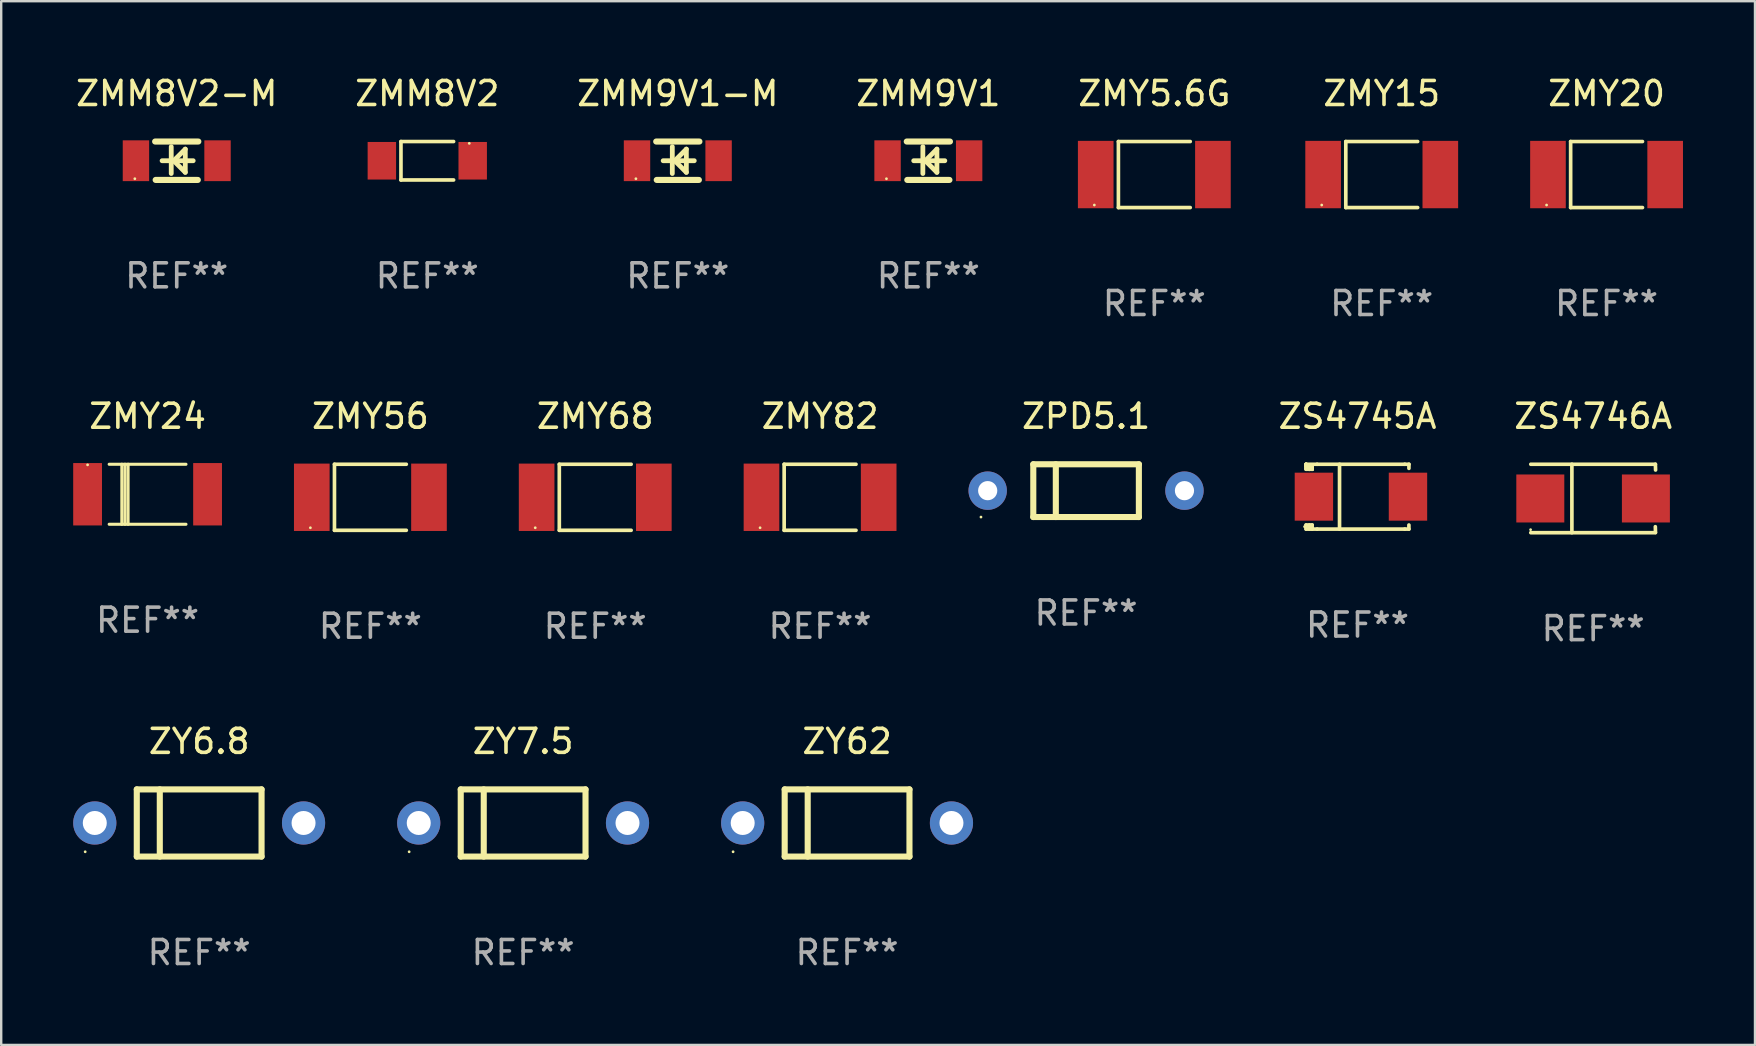
<source format=kicad_pcb>
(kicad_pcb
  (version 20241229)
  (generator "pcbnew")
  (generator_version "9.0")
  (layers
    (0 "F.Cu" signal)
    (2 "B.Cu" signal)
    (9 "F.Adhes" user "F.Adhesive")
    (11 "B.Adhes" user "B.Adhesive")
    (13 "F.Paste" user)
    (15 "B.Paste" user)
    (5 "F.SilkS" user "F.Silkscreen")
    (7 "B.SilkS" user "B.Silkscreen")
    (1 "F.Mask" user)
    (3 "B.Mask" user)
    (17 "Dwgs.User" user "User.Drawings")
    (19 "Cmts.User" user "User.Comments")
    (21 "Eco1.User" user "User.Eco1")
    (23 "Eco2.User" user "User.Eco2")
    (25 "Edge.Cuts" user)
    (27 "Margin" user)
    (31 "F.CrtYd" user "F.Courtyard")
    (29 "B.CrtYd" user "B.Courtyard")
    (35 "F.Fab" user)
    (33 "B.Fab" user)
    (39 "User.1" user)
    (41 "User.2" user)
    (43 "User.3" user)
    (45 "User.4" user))
  (footprint "ZY6.8"
    (layer "F.Cu")
    (at 5.25 31.246)
    (property "Reference" "ZY6.8" (at 0 -3.4 0) (layer "F.SilkS") (effects (font (size 1 1) (thickness 0.15))))
    (attr through_hole)
    (fp_line (start -2.6 -1.4) (end -2.6 1.4) (stroke (width 0.254) (type solid)) (layer "F.SilkS"))
    (fp_line (start -2.6 -1.4) (end 2.6 -1.4) (stroke (width 0.254) (type solid)) (layer "F.SilkS"))
    (fp_line (start -2.6 1.4) (end 2.6 1.4) (stroke (width 0.254) (type solid)) (layer "F.SilkS"))
    (fp_line (start -1.641 -1.4) (end -1.641 1.4) (stroke (width 0.254) (type solid)) (layer "F.SilkS"))
    (fp_line (start 2.6 -1.4) (end 2.6 1.4) (stroke (width 0.254) (type solid)) (layer "F.SilkS"))
    (fp_circle (center -4.75 1.2) (end -4.72 1.2) (stroke (width 0.06) (type solid)) (fill no) (layer "F.SilkS"))
    (fp_text user "REF**" (at 0 5.4 0) (layer "F.Fab") (effects (font (size 1 1) (thickness 0.15))))
    (pad "1" thru_hole circle (at -4.35 0) (size 1.8 1.8) (drill 1) (layers "*.Cu" "*.Mask"))
    (pad "2" thru_hole circle (at 4.35 0) (size 1.8 1.8) (drill 1) (layers "*.Cu" "*.Mask")))
  (footprint "ZMY5.6G"
    (layer "F.Cu")
    (at 45.054 4.224)
    (property "Reference" "ZMY5.6G" (at 0 -3.376 0) (layer "F.SilkS") (effects (font (size 1 1) (thickness 0.15))))
    (attr through_hole)
    (fp_line (start -1.497 -1.376) (end -1.497 1.376) (stroke (width 0.152) (type solid)) (layer "F.SilkS"))
    (fp_line (start -1.497 -1.376) (end 1.497 -1.376) (stroke (width 0.152) (type solid)) (layer "F.SilkS"))
    (fp_line (start -1.497 1.376) (end 1.497 1.376) (stroke (width 0.152) (type solid)) (layer "F.SilkS"))
    (fp_circle (center -2.5 1.27) (end -2.47 1.27) (stroke (width 0.06) (type solid)) (fill no) (layer "F.SilkS"))
    (fp_text user "REF**" (at 0 5.376 0) (layer "F.Fab") (effects (font (size 1 1) (thickness 0.15))))
    (pad "1" smd rect (at -2.442 0 180) (size 1.485 2.808) (layers "F.Cu" "F.Mask" "F.Paste"))
    (pad "2" smd rect (at 2.442 0 180) (size 1.485 2.808) (layers "F.Cu" "F.Mask" "F.Paste")))
  (footprint "ZY7.5"
    (layer "F.Cu")
    (at 18.75 31.246)
    (property "Reference" "ZY7.5" (at 0 -3.4 0) (layer "F.SilkS") (effects (font (size 1 1) (thickness 0.15))))
    (attr through_hole)
    (fp_line (start -2.6 -1.4) (end -2.6 1.4) (stroke (width 0.254) (type solid)) (layer "F.SilkS"))
    (fp_line (start -2.6 -1.4) (end 2.6 -1.4) (stroke (width 0.254) (type solid)) (layer "F.SilkS"))
    (fp_line (start -2.6 1.4) (end 2.6 1.4) (stroke (width 0.254) (type solid)) (layer "F.SilkS"))
    (fp_line (start -1.641 -1.4) (end -1.641 1.4) (stroke (width 0.254) (type solid)) (layer "F.SilkS"))
    (fp_line (start 2.6 -1.4) (end 2.6 1.4) (stroke (width 0.254) (type solid)) (layer "F.SilkS"))
    (fp_circle (center -4.75 1.2) (end -4.72 1.2) (stroke (width 0.06) (type solid)) (fill no) (layer "F.SilkS"))
    (fp_text user "REF**" (at 0 5.4 0) (layer "F.Fab") (effects (font (size 1 1) (thickness 0.15))))
    (pad "1" thru_hole circle (at -4.35 0) (size 1.8 1.8) (drill 1) (layers "*.Cu" "*.Mask"))
    (pad "2" thru_hole circle (at 4.35 0) (size 1.8 1.8) (drill 1) (layers "*.Cu" "*.Mask")))
  (footprint "ZMY82"
    (layer "F.Cu")
    (at 31.125 17.673)
    (property "Reference" "ZMY82" (at 0 -3.376 0) (layer "F.SilkS") (effects (font (size 1 1) (thickness 0.15))))
    (attr through_hole)
    (fp_line (start -1.497 -1.376) (end -1.497 1.376) (stroke (width 0.152) (type solid)) (layer "F.SilkS"))
    (fp_line (start -1.497 -1.376) (end 1.497 -1.376) (stroke (width 0.152) (type solid)) (layer "F.SilkS"))
    (fp_line (start -1.497 1.376) (end 1.497 1.376) (stroke (width 0.152) (type solid)) (layer "F.SilkS"))
    (fp_circle (center -2.5 1.27) (end -2.47 1.27) (stroke (width 0.06) (type solid)) (fill no) (layer "F.SilkS"))
    (fp_text user "REF**" (at 0 5.376 0) (layer "F.Fab") (effects (font (size 1 1) (thickness 0.15))))
    (pad "1" smd rect (at -2.442 0 180) (size 1.485 2.808) (layers "F.Cu" "F.Mask" "F.Paste"))
    (pad "2" smd rect (at 2.442 0 180) (size 1.485 2.808) (layers "F.Cu" "F.Mask" "F.Paste")))
  (footprint "ZMM9V1-M"
    (layer "F.Cu")
    (at 25.196 3.648)
    (property "Reference" "ZMM9V1-M" (at 0 -2.8 0) (layer "F.SilkS") (effects (font (size 1 1) (thickness 0.15))))
    (attr through_hole)
    (fp_line (start -0.9 -0.8) (end 0.9 -0.8) (stroke (width 0.254) (type solid)) (layer "F.SilkS"))
    (fp_line (start -0.878 0.8) (end 0.878 0.8) (stroke (width 0.254) (type solid)) (layer "F.SilkS"))
    (fp_line (start -0.61 0) (end 0.686 0) (stroke (width 0.2) (type solid)) (layer "F.SilkS"))
    (fp_line (start -0.229 -0.584) (end -0.229 0.533) (stroke (width 0.2) (type solid)) (layer "F.SilkS"))
    (fp_line (start -0.127 0) (end 0.356 -0.483) (stroke (width 0.2) (type solid)) (layer "F.SilkS"))
    (fp_line (start 0.356 -0.483) (end 0.356 0.483) (stroke (width 0.2) (type solid)) (layer "F.SilkS"))
    (fp_line (start 0.356 0.483) (end -0.102 0.025) (stroke (width 0.2) (type solid)) (layer "F.SilkS"))
    (fp_circle (center -1.746 0.75) (end -1.716 0.75) (stroke (width 0.06) (type solid)) (fill no) (layer "F.SilkS"))
    (fp_text user "REF**" (at 0 4.8 0) (layer "F.Fab") (effects (font (size 1 1) (thickness 0.15))))
    (pad "1" smd rect (at -1.7 0 180) (size 1.1 1.7) (layers "F.Cu" "F.Mask" "F.Paste"))
    (pad "2" smd rect (at 1.7 0 180) (size 1.1 1.7) (layers "F.Cu" "F.Mask" "F.Paste")))
  (footprint "ZMY20"
    (layer "F.Cu")
    (at 63.9 4.224)
    (property "Reference" "ZMY20" (at 0 -3.376 0) (layer "F.SilkS") (effects (font (size 1 1) (thickness 0.15))))
    (attr through_hole)
    (fp_line (start -1.497 -1.376) (end -1.497 1.376) (stroke (width 0.152) (type solid)) (layer "F.SilkS"))
    (fp_line (start -1.497 -1.376) (end 1.497 -1.376) (stroke (width 0.152) (type solid)) (layer "F.SilkS"))
    (fp_line (start -1.497 1.376) (end 1.497 1.376) (stroke (width 0.152) (type solid)) (layer "F.SilkS"))
    (fp_circle (center -2.5 1.27) (end -2.47 1.27) (stroke (width 0.06) (type solid)) (fill no) (layer "F.SilkS"))
    (fp_text user "REF**" (at 0 5.376 0) (layer "F.Fab") (effects (font (size 1 1) (thickness 0.15))))
    (pad "1" smd rect (at -2.442 0 180) (size 1.485 2.808) (layers "F.Cu" "F.Mask" "F.Paste"))
    (pad "2" smd rect (at 2.442 0 180) (size 1.485 2.808) (layers "F.Cu" "F.Mask" "F.Paste")))
  (footprint "ZS4745A"
    (layer "F.Cu")
    (at 53.521 17.648)
    (property "Reference" "ZS4745A" (at 0 -3.351 0) (layer "F.SilkS") (effects (font (size 1 1) (thickness 0.15))))
    (attr through_hole)
    (fp_line (start -2.143 -1.351) (end -2.143 -1.27) (stroke (width 0.152) (type solid)) (layer "F.SilkS"))
    (fp_line (start -2.143 -1.351) (end -2.143 -1.143) (stroke (width 0.152) (type solid)) (layer "F.SilkS"))
    (fp_line (start -2.143 -1.27) (end -2.016 -1.27) (stroke (width 0.152) (type solid)) (layer "F.SilkS"))
    (fp_line (start -2.143 -1.18) (end -2.143 -1.351) (stroke (width 0.152) (type solid)) (layer "F.SilkS"))
    (fp_line (start -2.143 -1.143) (end -2.016 -1.143) (stroke (width 0.152) (type solid)) (layer "F.SilkS"))
    (fp_line (start -2.143 1.351) (end -2.143 1.18) (stroke (width 0.152) (type solid)) (layer "F.SilkS"))
    (fp_line (start -2.016 -1.27) (end -2.016 -1.18) (stroke (width 0.152) (type solid)) (layer "F.SilkS"))
    (fp_line (start -2.016 -1.18) (end -1.897 -1.18) (stroke (width 0.152) (type solid)) (layer "F.SilkS"))
    (fp_line (start -2.016 -1.143) (end -2.016 -1.18) (stroke (width 0.152) (type solid)) (layer "F.SilkS"))
    (fp_line (start -2.016 -1.143) (end -2.007 -1.143) (stroke (width 0.152) (type solid)) (layer "F.SilkS"))
    (fp_line (start -2.007 -1.143) (end -2.007 -1.143) (stroke (width 0.152) (type solid)) (layer "F.SilkS"))
    (fp_line (start -2.007 1.18) (end -2.007 1.351) (stroke (width 0.152) (type solid)) (layer "F.SilkS"))
    (fp_line (start -1.89 -1.143) (end -1.89 -1.143) (stroke (width 0.152) (type solid)) (layer "F.SilkS"))
    (fp_line (start -1.89 1.18) (end -2.143 1.18) (stroke (width 0.152) (type solid)) (layer "F.SilkS"))
    (fp_line (start -1.89 1.18) (end -1.89 1.351) (stroke (width 0.152) (type solid)) (layer "F.SilkS"))
    (fp_line (start -1.889 -1.143) (end -2.016 -1.143) (stroke (width 0.152) (type solid)) (layer "F.SilkS"))
    (fp_line (start -1.889 -1.143) (end -1.89 -1.143) (stroke (width 0.152) (type solid)) (layer "F.SilkS"))
    (fp_line (start -1.889 -1.143) (end -1.889 -1.314) (stroke (width 0.152) (type solid)) (layer "F.SilkS"))
    (fp_line (start -1.683 -1.351) (end -2.143 -1.351) (stroke (width 0.152) (type solid)) (layer "F.SilkS"))
    (fp_line (start -1.683 -1.351) (end 1.969 -1.351) (stroke (width 0.152) (type solid)) (layer "F.SilkS"))
    (fp_line (start -1.683 1.351) (end -2.143 1.351) (stroke (width 0.152) (type solid)) (layer "F.SilkS"))
    (fp_line (start -1.683 1.351) (end 1.969 1.351) (stroke (width 0.152) (type solid)) (layer "F.SilkS"))
    (fp_line (start -0.749 -1.351) (end -0.749 1.351) (stroke (width 0.152) (type solid)) (layer "F.SilkS"))
    (fp_line (start 1.969 -1.351) (end 2.143 -1.351) (stroke (width 0.152) (type solid)) (layer "F.SilkS"))
    (fp_line (start 2.142 1.181) (end 2.142 1.351) (stroke (width 0.152) (type solid)) (layer "F.SilkS"))
    (fp_line (start 2.142 1.351) (end 1.969 1.351) (stroke (width 0.152) (type solid)) (layer "F.SilkS"))
    (fp_line (start 2.143 -1.351) (end 2.143 -1.18) (stroke (width 0.152) (type solid)) (layer "F.SilkS"))
    (fp_circle (center -2.207 1.25) (end -2.177 1.25) (stroke (width 0.06) (type solid)) (fill no) (layer "F.SilkS"))
    (fp_text user "REF**" (at 0 5.351 0) (layer "F.Fab") (effects (font (size 1 1) (thickness 0.15))))
    (pad "1" smd rect (at -1.817 0.000102) (size 1.6 2) (layers "F.Cu" "F.Mask" "F.Paste"))
    (pad "2" smd rect (at 2.103 0.000102) (size 1.6 2) (layers "F.Cu" "F.Mask" "F.Paste")))
  (footprint "ZMM8V2-M"
    (layer "F.Cu")
    (at 4.315 3.648)
    (property "Reference" "ZMM8V2-M" (at 0 -2.8 0) (layer "F.SilkS") (effects (font (size 1 1) (thickness 0.15))))
    (attr through_hole)
    (fp_line (start -0.9 -0.8) (end 0.9 -0.8) (stroke (width 0.254) (type solid)) (layer "F.SilkS"))
    (fp_line (start -0.878 0.8) (end 0.878 0.8) (stroke (width 0.254) (type solid)) (layer "F.SilkS"))
    (fp_line (start -0.61 0) (end 0.686 0) (stroke (width 0.2) (type solid)) (layer "F.SilkS"))
    (fp_line (start -0.229 -0.584) (end -0.229 0.533) (stroke (width 0.2) (type solid)) (layer "F.SilkS"))
    (fp_line (start -0.127 0) (end 0.356 -0.483) (stroke (width 0.2) (type solid)) (layer "F.SilkS"))
    (fp_line (start 0.356 -0.483) (end 0.356 0.483) (stroke (width 0.2) (type solid)) (layer "F.SilkS"))
    (fp_line (start 0.356 0.483) (end -0.102 0.025) (stroke (width 0.2) (type solid)) (layer "F.SilkS"))
    (fp_circle (center -1.746 0.75) (end -1.716 0.75) (stroke (width 0.06) (type solid)) (fill no) (layer "F.SilkS"))
    (fp_text user "REF**" (at 0 4.8 0) (layer "F.Fab") (effects (font (size 1 1) (thickness 0.15))))
    (pad "1" smd rect (at -1.7 0 180) (size 1.1 1.7) (layers "F.Cu" "F.Mask" "F.Paste"))
    (pad "2" smd rect (at 1.7 0 180) (size 1.1 1.7) (layers "F.Cu" "F.Mask" "F.Paste")))
  (footprint "ZMY15"
    (layer "F.Cu")
    (at 54.53 4.224)
    (property "Reference" "ZMY15" (at 0 -3.376 0) (layer "F.SilkS") (effects (font (size 1 1) (thickness 0.15))))
    (attr through_hole)
    (fp_line (start -1.497 -1.376) (end -1.497 1.376) (stroke (width 0.152) (type solid)) (layer "F.SilkS"))
    (fp_line (start -1.497 -1.376) (end 1.497 -1.376) (stroke (width 0.152) (type solid)) (layer "F.SilkS"))
    (fp_line (start -1.497 1.376) (end 1.497 1.376) (stroke (width 0.152) (type solid)) (layer "F.SilkS"))
    (fp_circle (center -2.5 1.27) (end -2.47 1.27) (stroke (width 0.06) (type solid)) (fill no) (layer "F.SilkS"))
    (fp_text user "REF**" (at 0 5.376 0) (layer "F.Fab") (effects (font (size 1 1) (thickness 0.15))))
    (pad "1" smd rect (at -2.442 0 180) (size 1.485 2.808) (layers "F.Cu" "F.Mask" "F.Paste"))
    (pad "2" smd rect (at 2.442 0 180) (size 1.485 2.808) (layers "F.Cu" "F.Mask" "F.Paste")))
  (footprint "ZMM8V2"
    (layer "F.Cu")
    (at 14.756 3.649)
    (property "Reference" "ZMM8V2" (at 0 -2.801 0) (layer "F.SilkS") (effects (font (size 1 1) (thickness 0.15))))
    (attr through_hole)
    (fp_line (start -1.097 -0.801) (end -1.097 0.801) (stroke (width 0.152) (type solid)) (layer "F.SilkS"))
    (fp_line (start -1.097 -0.801) (end 1.097 -0.801) (stroke (width 0.152) (type solid)) (layer "F.SilkS"))
    (fp_line (start -1.097 0.801) (end 1.097 0.801) (stroke (width 0.152) (type solid)) (layer "F.SilkS"))
    (fp_circle (center 1.75 -0.725) (end 1.78 -0.725) (stroke (width 0.06) (type solid)) (fill no) (layer "F.SilkS"))
    (fp_text user "REF**" (at 0 4.801 0) (layer "F.Fab") (effects (font (size 1 1) (thickness 0.15))))
    (pad "1" smd rect (at 1.893 0) (size 1.185 1.566) (layers "F.Cu" "F.Mask" "F.Paste"))
    (pad "2" smd rect (at -1.893 0) (size 1.185 1.566) (layers "F.Cu" "F.Mask" "F.Paste")))
  (footprint "ZMY68"
    (layer "F.Cu")
    (at 21.755 17.673)
    (property "Reference" "ZMY68" (at 0 -3.376 0) (layer "F.SilkS") (effects (font (size 1 1) (thickness 0.15))))
    (attr through_hole)
    (fp_line (start -1.497 -1.376) (end -1.497 1.376) (stroke (width 0.152) (type solid)) (layer "F.SilkS"))
    (fp_line (start -1.497 -1.376) (end 1.497 -1.376) (stroke (width 0.152) (type solid)) (layer "F.SilkS"))
    (fp_line (start -1.497 1.376) (end 1.497 1.376) (stroke (width 0.152) (type solid)) (layer "F.SilkS"))
    (fp_circle (center -2.5 1.27) (end -2.47 1.27) (stroke (width 0.06) (type solid)) (fill no) (layer "F.SilkS"))
    (fp_text user "REF**" (at 0 5.376 0) (layer "F.Fab") (effects (font (size 1 1) (thickness 0.15))))
    (pad "1" smd rect (at -2.442 0 180) (size 1.485 2.808) (layers "F.Cu" "F.Mask" "F.Paste"))
    (pad "2" smd rect (at 2.442 0 180) (size 1.485 2.808) (layers "F.Cu" "F.Mask" "F.Paste")))
  (footprint "ZPD5.1"
    (layer "F.Cu")
    (at 42.21 17.397)
    (property "Reference" "ZPD5.1" (at 0 -3.1 0) (layer "F.SilkS") (effects (font (size 1 1) (thickness 0.15))))
    (attr through_hole)
    (fp_line (start -2.2 -1.1) (end -2.2 1.1) (stroke (width 0.254) (type solid)) (layer "F.SilkS"))
    (fp_line (start -2.2 -1.1) (end 2.2 -1.1) (stroke (width 0.254) (type solid)) (layer "F.SilkS"))
    (fp_line (start -2.2 1.1) (end 2.2 1.1) (stroke (width 0.254) (type solid)) (layer "F.SilkS"))
    (fp_line (start -1.261 -1.1) (end -1.261 1.1) (stroke (width 0.254) (type solid)) (layer "F.SilkS"))
    (fp_line (start 2.2 -1.1) (end 2.2 1.1) (stroke (width 0.254) (type solid)) (layer "F.SilkS"))
    (fp_circle (center -4.38 1.1) (end -4.35 1.1) (stroke (width 0.06) (type solid)) (fill no) (layer "F.SilkS"))
    (fp_text user "REF**" (at 0 5.1 0) (layer "F.Fab") (effects (font (size 1 1) (thickness 0.15))))
    (pad "1" thru_hole circle (at -4.1 0) (size 1.6 1.6) (drill 0.8) (layers "*.Cu" "*.Mask"))
    (pad "2" thru_hole circle (at 4.1 0) (size 1.6 1.6) (drill 0.8) (layers "*.Cu" "*.Mask")))
  (footprint "ZMY24"
    (layer "F.Cu")
    (at 3.1 17.547)
    (property "Reference" "ZMY24" (at 0 -3.25 0) (layer "F.SilkS") (effects (font (size 1 1) (thickness 0.15))))
    (attr through_hole)
    (fp_line (start -1.6 -1.25) (end 1.6 -1.25) (stroke (width 0.129) (type solid)) (layer "F.SilkS"))
    (fp_line (start -1.6 1.25) (end 1.6 1.25) (stroke (width 0.129) (type solid)) (layer "F.SilkS"))
    (fp_line (start -1.072 -1.25) (end -1.072 1.25) (stroke (width 0.129) (type solid)) (layer "F.SilkS"))
    (fp_line (start -0.942 -1.25) (end -0.942 1.25) (stroke (width 0.129) (type solid)) (layer "F.SilkS"))
    (fp_line (start -0.813 -1.25) (end -0.813 1.25) (stroke (width 0.129) (type solid)) (layer "F.SilkS"))
    (fp_circle (center -2.5 -1.225) (end -2.47 -1.225) (stroke (width 0.06) (type solid)) (fill no) (layer "F.SilkS"))
    (fp_text user "REF**" (at 0 5.25 0) (layer "F.Fab") (effects (font (size 1 1) (thickness 0.15))))
    (pad "1" smd rect (at -2.5 0 180) (size 1.2 2.6) (layers "F.Cu" "F.Mask" "F.Paste"))
    (pad "2" smd rect (at 2.5 0 180) (size 1.2 2.6) (layers "F.Cu" "F.Mask" "F.Paste")))
  (footprint "ZS4746A"
    (layer "F.Cu")
    (at 63.342 17.723)
    (property "Reference" "ZS4746A" (at 0 -3.426 0) (layer "F.SilkS") (effects (font (size 1 1) (thickness 0.15))))
    (attr through_hole)
    (fp_line (start -2.6 -1.426) (end 2.593 -1.426) (stroke (width 0.152) (type solid)) (layer "F.SilkS"))
    (fp_line (start -2.6 1.426) (end 2.593 1.426) (stroke (width 0.152) (type solid)) (layer "F.SilkS"))
    (fp_line (start -0.887 -1.426) (end -0.887 1.426) (stroke (width 0.152) (type solid)) (layer "F.SilkS"))
    (fp_line (start 2.59 1.176) (end 2.597 1.415) (stroke (width 0.152) (type solid)) (layer "F.SilkS"))
    (fp_line (start 2.593 -1.426) (end 2.6 -1.187) (stroke (width 0.152) (type solid)) (layer "F.SilkS"))
    (fp_circle (center -2.608 1.3) (end -2.578 1.3) (stroke (width 0.06) (type solid)) (fill no) (layer "F.SilkS"))
    (fp_text user "REF**" (at 0 5.426 0) (layer "F.Fab") (effects (font (size 1 1) (thickness 0.15))))
    (pad "1" smd rect (at -2.203 0 180) (size 2 2) (layers "F.Cu" "F.Mask" "F.Paste"))
    (pad "2" smd rect (at 2.197 0 180) (size 2 2) (layers "F.Cu" "F.Mask" "F.Paste")))
  (footprint "ZMY56"
    (layer "F.Cu")
    (at 12.385 17.673)
    (property "Reference" "ZMY56" (at 0 -3.376 0) (layer "F.SilkS") (effects (font (size 1 1) (thickness 0.15))))
    (attr through_hole)
    (fp_line (start -1.497 -1.376) (end -1.497 1.376) (stroke (width 0.152) (type solid)) (layer "F.SilkS"))
    (fp_line (start -1.497 -1.376) (end 1.497 -1.376) (stroke (width 0.152) (type solid)) (layer "F.SilkS"))
    (fp_line (start -1.497 1.376) (end 1.497 1.376) (stroke (width 0.152) (type solid)) (layer "F.SilkS"))
    (fp_circle (center -2.5 1.27) (end -2.47 1.27) (stroke (width 0.06) (type solid)) (fill no) (layer "F.SilkS"))
    (fp_text user "REF**" (at 0 5.376 0) (layer "F.Fab") (effects (font (size 1 1) (thickness 0.15))))
    (pad "1" smd rect (at -2.442 0 180) (size 1.485 2.808) (layers "F.Cu" "F.Mask" "F.Paste"))
    (pad "2" smd rect (at 2.442 0 180) (size 1.485 2.808) (layers "F.Cu" "F.Mask" "F.Paste")))
  (footprint "ZMM9V1"
    (layer "F.Cu")
    (at 35.637 3.648)
    (property "Reference" "ZMM9V1" (at 0 -2.8 0) (layer "F.SilkS") (effects (font (size 1 1) (thickness 0.15))))
    (attr through_hole)
    (fp_line (start -0.9 -0.8) (end 0.9 -0.8) (stroke (width 0.254) (type solid)) (layer "F.SilkS"))
    (fp_line (start -0.878 0.8) (end 0.878 0.8) (stroke (width 0.254) (type solid)) (layer "F.SilkS"))
    (fp_line (start -0.61 0) (end 0.686 0) (stroke (width 0.2) (type solid)) (layer "F.SilkS"))
    (fp_line (start -0.229 -0.584) (end -0.229 0.533) (stroke (width 0.2) (type solid)) (layer "F.SilkS"))
    (fp_line (start -0.127 0) (end 0.356 -0.483) (stroke (width 0.2) (type solid)) (layer "F.SilkS"))
    (fp_line (start 0.356 -0.483) (end 0.356 0.483) (stroke (width 0.2) (type solid)) (layer "F.SilkS"))
    (fp_line (start 0.356 0.483) (end -0.102 0.025) (stroke (width 0.2) (type solid)) (layer "F.SilkS"))
    (fp_circle (center -1.746 0.75) (end -1.716 0.75) (stroke (width 0.06) (type solid)) (fill no) (layer "F.SilkS"))
    (fp_text user "REF**" (at 0 4.8 0) (layer "F.Fab") (effects (font (size 1 1) (thickness 0.15))))
    (pad "1" smd rect (at -1.7 0 180) (size 1.1 1.7) (layers "F.Cu" "F.Mask" "F.Paste"))
    (pad "2" smd rect (at 1.7 0 180) (size 1.1 1.7) (layers "F.Cu" "F.Mask" "F.Paste")))
  (footprint "ZY62"
    (layer "F.Cu")
    (at 32.25 31.246)
    (property "Reference" "ZY62" (at 0 -3.4 0) (layer "F.SilkS") (effects (font (size 1 1) (thickness 0.15))))
    (attr through_hole)
    (fp_line (start -2.6 -1.4) (end -2.6 1.4) (stroke (width 0.254) (type solid)) (layer "F.SilkS"))
    (fp_line (start -2.6 -1.4) (end 2.6 -1.4) (stroke (width 0.254) (type solid)) (layer "F.SilkS"))
    (fp_line (start -2.6 1.4) (end 2.6 1.4) (stroke (width 0.254) (type solid)) (layer "F.SilkS"))
    (fp_line (start -1.641 -1.4) (end -1.641 1.4) (stroke (width 0.254) (type solid)) (layer "F.SilkS"))
    (fp_line (start 2.6 -1.4) (end 2.6 1.4) (stroke (width 0.254) (type solid)) (layer "F.SilkS"))
    (fp_circle (center -4.75 1.2) (end -4.72 1.2) (stroke (width 0.06) (type solid)) (fill no) (layer "F.SilkS"))
    (fp_text user "REF**" (at 0 5.4 0) (layer "F.Fab") (effects (font (size 1 1) (thickness 0.15))))
    (pad "1" thru_hole circle (at -4.35 0) (size 1.8 1.8) (drill 1) (layers "*.Cu" "*.Mask"))
    (pad "2" thru_hole circle (at 4.35 0) (size 1.8 1.8) (drill 1) (layers "*.Cu" "*.Mask")))
  (gr_rect
    (start -3 -3)
    (end 70.085 40.494)
    (stroke (width 0.1) (type default))
    (fill no)
    (layer "Edge.Cuts")))
</source>
